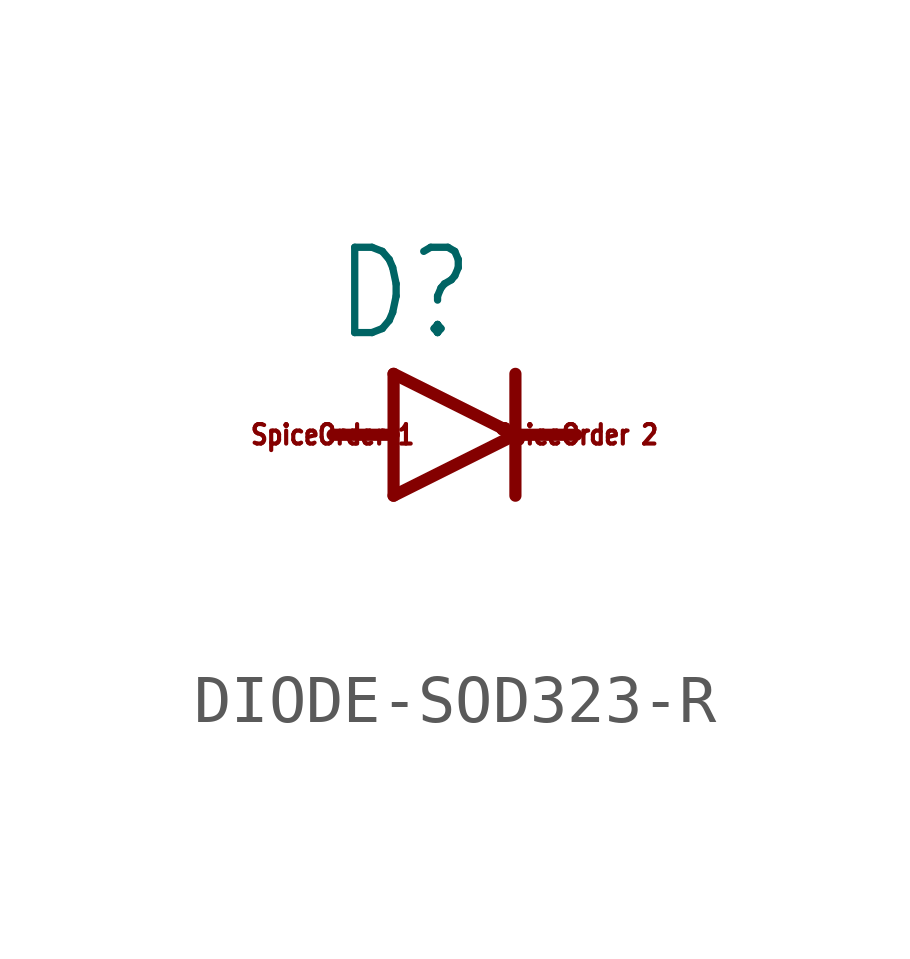
<source format=kicad_sym>
(kicad_symbol_lib
  (version 20241209)
  (generator "kicad_symbol_editor")
  (generator_version "9.0")
  (symbol "DIODE-SOD323-R"
    (property "Reference" "D"
      (at -2.54 1.905 0)
      (effects (font (size 1.778 1.511)) (justify left bottom)))
    (property "Value" ""
      (at -2.54 -3.81 0)
      (effects (font (size 1.778 1.511)) (justify left bottom)))
    (property "ki_locked" ""
      (at 0 0 0)
      (effects (font (size 1.27 1.27))))
    (symbol "DIODE-SOD323-R_1_0"
      (polyline (pts (xy -1.27 1.27) (xy -1.27 0)) (stroke (width 0.254) (type solid)) (fill (type none)))
      (polyline (pts (xy -1.27 0) (xy -2.54 0)) (stroke (width 0.254) (type solid)) (fill (type none)))
      (polyline (pts (xy -1.27 0) (xy -1.27 -1.27)) (stroke (width 0.254) (type solid)) (fill (type none)))
      (polyline (pts (xy -1.27 -1.27) (xy 1.27 0)) (stroke (width 0.254) (type solid)) (fill (type none)))
      (polyline (pts (xy 1.27 1.27) (xy 1.27 0)) (stroke (width 0.254) (type solid)) (fill (type none)))
      (polyline (pts (xy 1.27 0) (xy -1.27 1.27)) (stroke (width 0.254) (type solid)) (fill (type none)))
      (polyline (pts (xy 1.27 0) (xy 1.27 -1.27)) (stroke (width 0.254) (type solid)) (fill (type none)))
      (polyline (pts (xy 2.54 0) (xy 1.27 0)) (stroke (width 0.254) (type solid)) (fill (type none)))
      (text "SpiceOrder 1" (at -2.54 0 0) (effects (font (size 0.406 0.345))))
      (text "SpiceOrder 2" (at 2.54 0 0) (effects (font (size 0.406 0.345))))
      (pin passive line (at -2.54 0 0) (length 0) (name "A" (effects (font (size 0 0)))) (number "A" (effects (font (size 0 0)))))
      (pin passive line (at 2.54 0 180) (length 0) (name "C" (effects (font (size 0 0)))) (number "C" (effects (font (size 0 0))))))))
</source>
